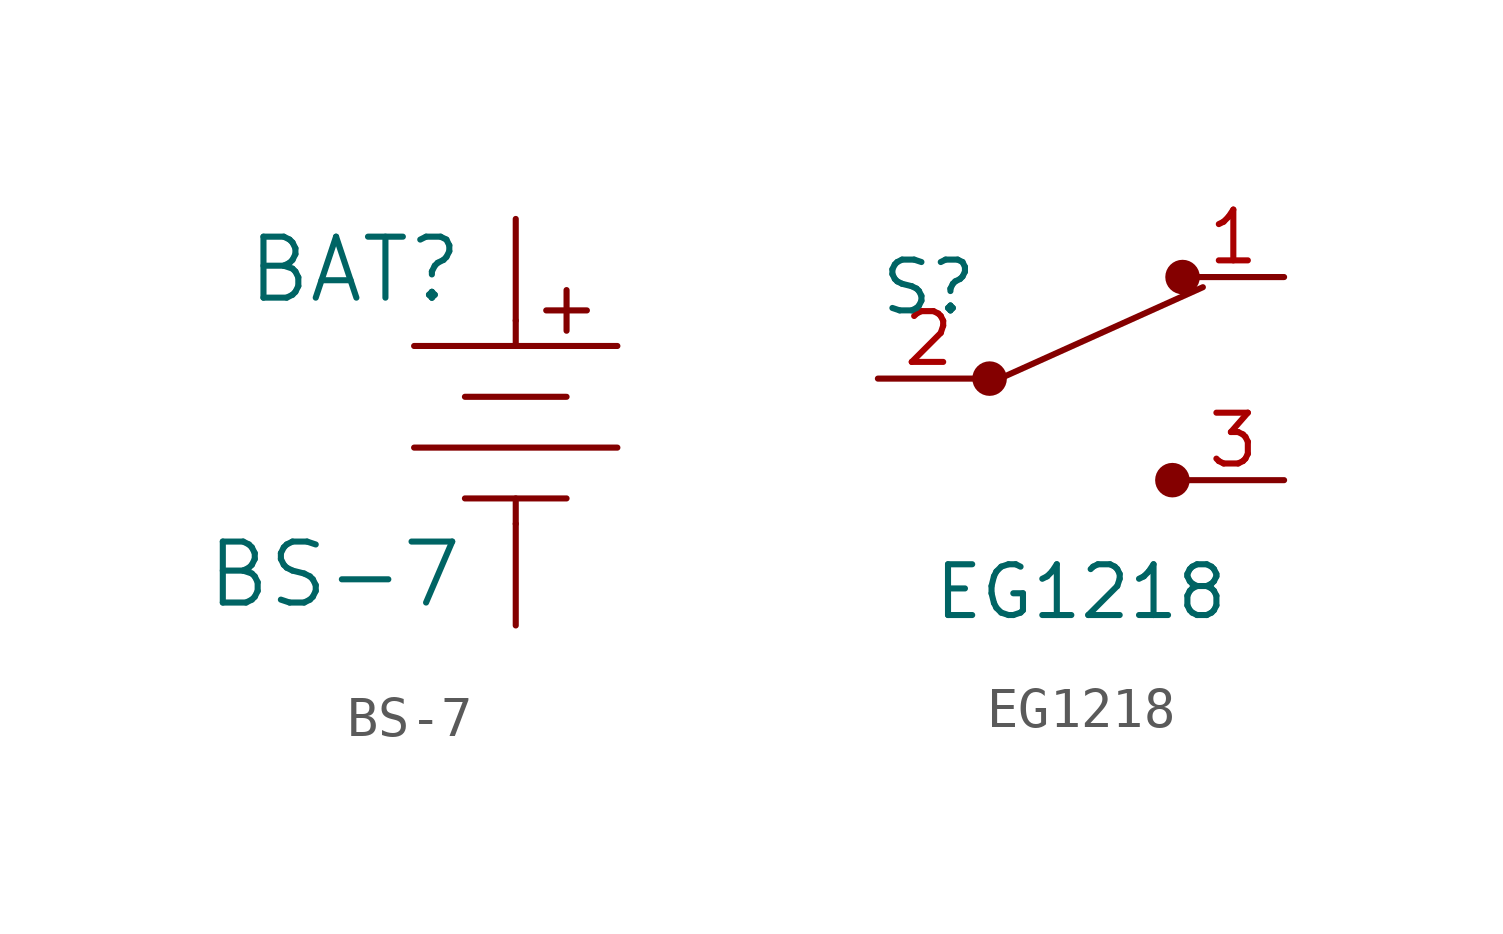
<source format=kicad_sym>
(kicad_symbol_lib
  (version 20241209)
  (generator "kicad_symbol_editor")
  (generator_version "9.0")
  (symbol "BS-7"
    (pin_numbers
      (hide yes))
    (pin_names
      (offset 1.016))
    (property "Reference" "BAT"
      (at -1.27 3.81 0)
      (effects (font (size 1.524 1.524)) (justify right)))
    (property "Value" "BS-7"
      (at -1.27 -3.81 0)
      (effects (font (size 1.524 1.524)) (justify right)))
    (symbol "BS-7_1_1"
      (polyline (pts (xy 0 1.905) (xy 0 2.54)) (stroke (width 0) (type solid)) (fill (type none)))
      (polyline (pts (xy 0 -2.54) (xy 0 -1.905)) (stroke (width 0) (type solid)) (fill (type none)))
      (polyline (pts (xy 1.27 2.286) (xy 1.27 3.302)) (stroke (width 0) (type solid)) (fill (type none)))
      (polyline (pts (xy 1.27 0.635) (xy -1.27 0.635)) (stroke (width 0) (type solid)) (fill (type none)))
      (polyline (pts (xy 1.27 -1.905) (xy -1.27 -1.905)) (stroke (width 0) (type solid)) (fill (type none)))
      (polyline (pts (xy 1.778 2.794) (xy 0.762 2.794)) (stroke (width 0) (type solid)) (fill (type none)))
      (polyline (pts (xy 2.54 1.905) (xy -2.54 1.905)) (stroke (width 0) (type solid)) (fill (type none)))
      (polyline (pts (xy 2.54 -0.635) (xy -2.54 -0.635)) (stroke (width 0) (type solid)) (fill (type none)))
      (pin power_out line (at 0 5.08 270) (length 2.54) (name "~" (effects (font (size 1.27 1.27)))) (number "Pos" (effects (font (size 1.27 1.27)))))
      (pin power_out line (at 0 -5.08 90) (length 2.54) (name "~" (effects (font (size 1.27 1.27)))) (number "Neg" (effects (font (size 1.27 1.27)))))))
  (symbol "EG1218"
    (pin_names
      (offset 0))
    (property "Reference" "S"
      (at -3.81 2.286 0)
      (effects (font (size 1.27 1.27))))
    (property "Value" "EG1218"
      (at 0 -5.334 0)
      (effects (font (size 1.27 1.27))))
    (symbol "EG1218_0_1"
      (circle (center -2.286 0) (radius 0.356) (stroke (width 0) (type solid)) (fill (type outline)))
      (polyline (pts (xy -2.032 0) (xy 3.048 2.286)) (stroke (width 0) (type solid)) (fill (type none)))
      (circle (center 2.286 -2.54) (radius 0.356) (stroke (width 0) (type solid)) (fill (type outline)))
      (circle (center 2.54 2.54) (radius 0.356) (stroke (width 0) (type solid)) (fill (type outline))))
    (symbol "EG1218_1_1"
      (pin passive line (at -5.08 0 0) (length 2.54) (name "~" (effects (font (size 1.27 1.27)))) (number "2" (effects (font (size 1.27 1.27)))))
      (pin passive line (at 5.08 2.54 180) (length 2.54) (name "~" (effects (font (size 1.27 1.27)))) (number "1" (effects (font (size 1.27 1.27)))))
      (pin passive line (at 5.08 -2.54 180) (length 2.54) (name "~" (effects (font (size 1.27 1.27)))) (number "3" (effects (font (size 1.27 1.27))))))))
</source>
